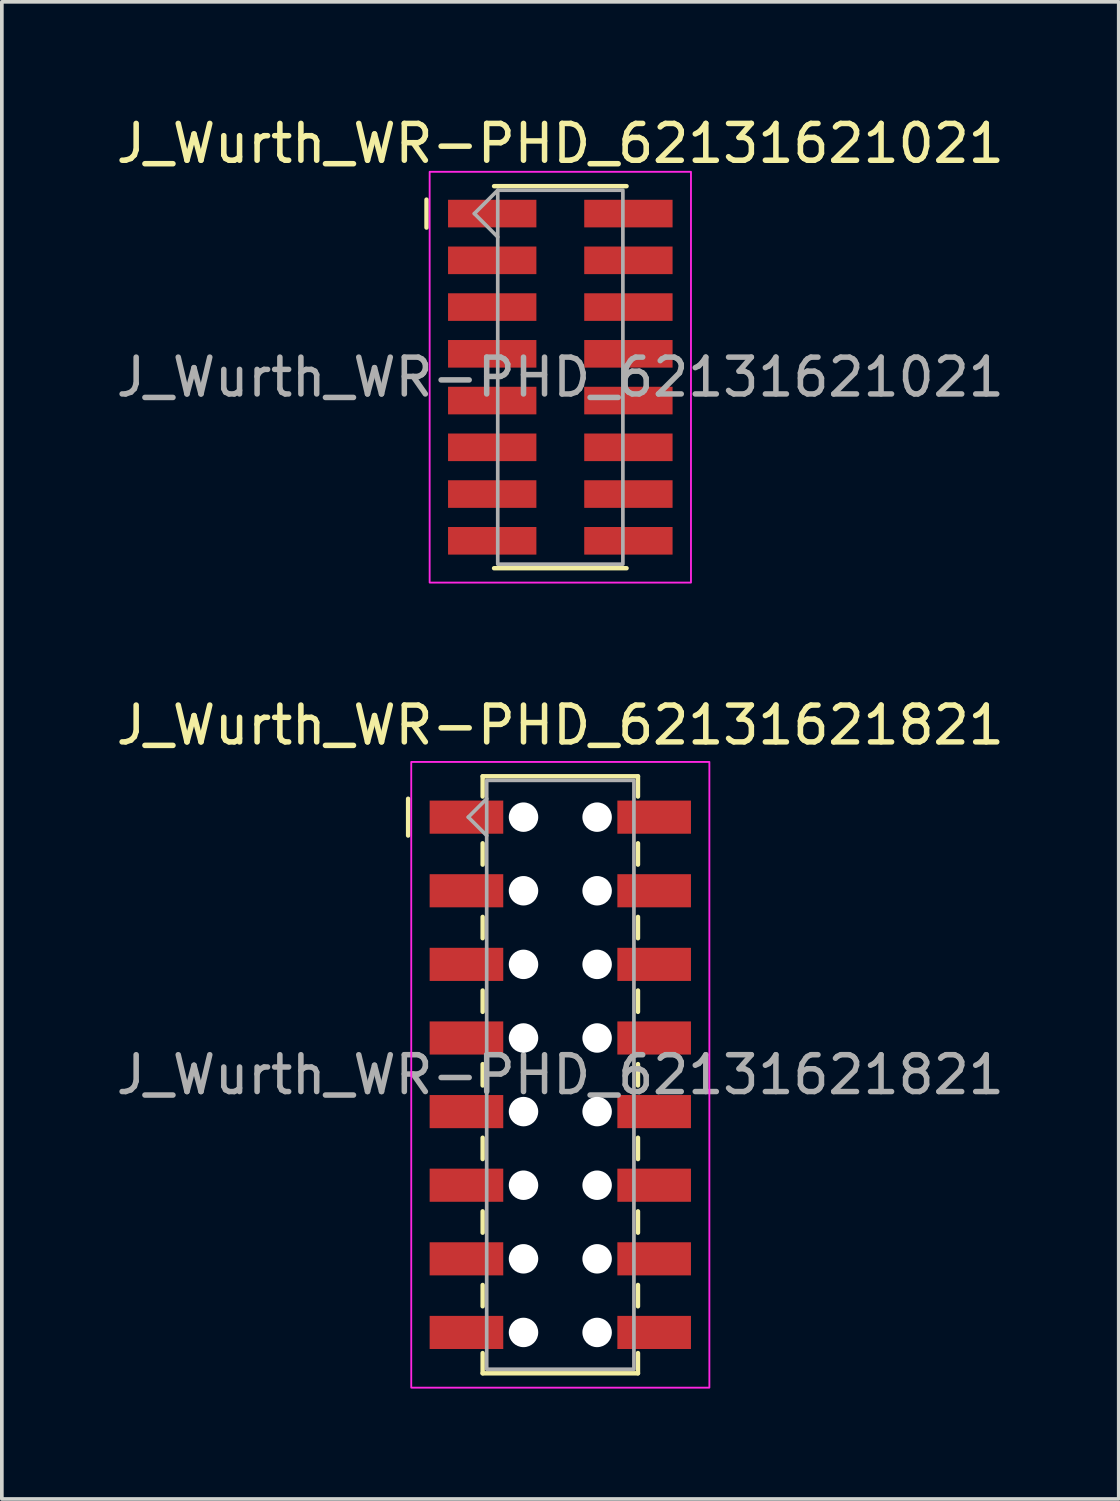
<source format=kicad_pcb>
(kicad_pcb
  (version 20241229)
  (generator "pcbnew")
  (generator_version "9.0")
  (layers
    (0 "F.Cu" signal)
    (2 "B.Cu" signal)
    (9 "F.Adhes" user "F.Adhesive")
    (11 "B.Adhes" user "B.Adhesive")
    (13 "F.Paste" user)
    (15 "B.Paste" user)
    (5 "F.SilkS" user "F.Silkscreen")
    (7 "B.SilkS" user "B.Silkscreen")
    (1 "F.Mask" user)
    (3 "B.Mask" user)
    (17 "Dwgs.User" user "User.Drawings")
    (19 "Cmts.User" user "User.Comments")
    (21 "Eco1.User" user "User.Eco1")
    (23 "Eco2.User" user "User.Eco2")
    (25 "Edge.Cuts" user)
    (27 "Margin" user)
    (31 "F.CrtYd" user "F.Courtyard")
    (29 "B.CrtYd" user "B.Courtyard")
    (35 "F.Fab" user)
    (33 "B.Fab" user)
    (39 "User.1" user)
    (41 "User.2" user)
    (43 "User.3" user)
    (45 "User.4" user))
  (footprint "J_Wurth_WR-PHD_62131621821"
    (layer "F.Cu")
    (at 12.173 26.151)
    (property "Reference" "J_Wurth_WR-PHD_62131621821" (at 0 -9.5 0) (unlocked yes) (layer "F.SilkS") (effects (font (size 1 1) (thickness 0.15))))
    (attr smd)
    (fp_line (start -4.135 -7.5) (end -4.135 -6.5) (stroke (width 0.12) (type solid)) (layer "F.SilkS"))
    (fp_line (start -2.11 -8.11) (end -2.11 -7.56) (stroke (width 0.12) (type solid)) (layer "F.SilkS"))
    (fp_line (start -2.11 -6.29) (end -2.11 -5.71) (stroke (width 0.12) (type solid)) (layer "F.SilkS"))
    (fp_line (start -2.11 -4.29) (end -2.11 -3.71) (stroke (width 0.12) (type solid)) (layer "F.SilkS"))
    (fp_line (start -2.11 -2.29) (end -2.11 -1.71) (stroke (width 0.12) (type solid)) (layer "F.SilkS"))
    (fp_line (start -2.11 -0.29) (end -2.11 0.29) (stroke (width 0.12) (type solid)) (layer "F.SilkS"))
    (fp_line (start -2.11 1.71) (end -2.11 2.29) (stroke (width 0.12) (type solid)) (layer "F.SilkS"))
    (fp_line (start -2.11 3.71) (end -2.11 4.29) (stroke (width 0.12) (type solid)) (layer "F.SilkS"))
    (fp_line (start -2.11 5.71) (end -2.11 6.29) (stroke (width 0.12) (type solid)) (layer "F.SilkS"))
    (fp_line (start -2.11 7.56) (end -2.11 8.11) (stroke (width 0.12) (type solid)) (layer "F.SilkS"))
    (fp_line (start -2.11 8.11) (end 2.11 8.11) (stroke (width 0.12) (type solid)) (layer "F.SilkS"))
    (fp_line (start 2.11 -8.11) (end -2.11 -8.11) (stroke (width 0.12) (type solid)) (layer "F.SilkS"))
    (fp_line (start 2.11 -8.11) (end 2.11 -7.56) (stroke (width 0.12) (type solid)) (layer "F.SilkS"))
    (fp_line (start 2.11 -6.29) (end 2.11 -5.71) (stroke (width 0.12) (type solid)) (layer "F.SilkS"))
    (fp_line (start 2.11 -4.29) (end 2.11 -3.71) (stroke (width 0.12) (type solid)) (layer "F.SilkS"))
    (fp_line (start 2.11 -2.29) (end 2.11 -1.71) (stroke (width 0.12) (type solid)) (layer "F.SilkS"))
    (fp_line (start 2.11 -0.29) (end 2.11 0.29) (stroke (width 0.12) (type solid)) (layer "F.SilkS"))
    (fp_line (start 2.11 1.71) (end 2.11 2.29) (stroke (width 0.12) (type solid)) (layer "F.SilkS"))
    (fp_line (start 2.11 3.71) (end 2.11 4.29) (stroke (width 0.12) (type solid)) (layer "F.SilkS"))
    (fp_line (start 2.11 5.71) (end 2.11 6.29) (stroke (width 0.12) (type solid)) (layer "F.SilkS"))
    (fp_line (start 2.11 7.56) (end 2.11 8.11) (stroke (width 0.12) (type solid)) (layer "F.SilkS"))
    (fp_rect (start -4.05 -8.5) (end 4.05 8.5) (stroke (width 0.05) (type solid)) (fill no) (layer "F.CrtYd"))
    (fp_line (start -2.5 -7) (end -2 -6.5) (stroke (width 0.1) (type default)) (layer "F.Fab"))
    (fp_line (start -2 -7.5) (end -2.5 -7) (stroke (width 0.1) (type default)) (layer "F.Fab"))
    (fp_rect (start -2 -8) (end 2 8) (stroke (width 0.1) (type solid)) (fill no) (layer "F.Fab"))
    (fp_text user "${REFERENCE}" (at 0 0 0) (unlocked yes) (layer "F.Fab") (effects (font (size 1 1) (thickness 0.15))))
    (pad "" np_thru_hole circle (at -1 -7 270) (size 0.8 0.8) (drill 0.8) (layers "*.Cu" "*.Mask"))
    (pad "" np_thru_hole circle (at -1 -5 270) (size 0.8 0.8) (drill 0.8) (layers "*.Cu" "*.Mask"))
    (pad "" np_thru_hole circle (at -1 -3 270) (size 0.8 0.8) (drill 0.8) (layers "*.Cu" "*.Mask"))
    (pad "" np_thru_hole circle (at -1 -1 270) (size 0.8 0.8) (drill 0.8) (layers "*.Cu" "*.Mask"))
    (pad "" np_thru_hole circle (at -1 1 270) (size 0.8 0.8) (drill 0.8) (layers "*.Cu" "*.Mask"))
    (pad "" np_thru_hole circle (at -1 3 270) (size 0.8 0.8) (drill 0.8) (layers "*.Cu" "*.Mask"))
    (pad "" np_thru_hole circle (at -1 5 270) (size 0.8 0.8) (drill 0.8) (layers "*.Cu" "*.Mask"))
    (pad "" np_thru_hole circle (at -1 7 270) (size 0.8 0.8) (drill 0.8) (layers "*.Cu" "*.Mask"))
    (pad "" np_thru_hole circle (at 1 -7 270) (size 0.8 0.8) (drill 0.8) (layers "*.Cu" "*.Mask"))
    (pad "" np_thru_hole circle (at 1 -5 270) (size 0.8 0.8) (drill 0.8) (layers "*.Cu" "*.Mask"))
    (pad "" np_thru_hole circle (at 1 -3 270) (size 0.8 0.8) (drill 0.8) (layers "*.Cu" "*.Mask"))
    (pad "" np_thru_hole circle (at 1 -1 270) (size 0.8 0.8) (drill 0.8) (layers "*.Cu" "*.Mask"))
    (pad "" np_thru_hole circle (at 1 1 270) (size 0.8 0.8) (drill 0.8) (layers "*.Cu" "*.Mask"))
    (pad "" np_thru_hole circle (at 1 3 270) (size 0.8 0.8) (drill 0.8) (layers "*.Cu" "*.Mask"))
    (pad "" np_thru_hole circle (at 1 5 270) (size 0.8 0.8) (drill 0.8) (layers "*.Cu" "*.Mask"))
    (pad "" np_thru_hole circle (at 1 7 270) (size 0.8 0.8) (drill 0.8) (layers "*.Cu" "*.Mask"))
    (pad "1" smd rect (at -2.55 -7 270) (size 0.9 2) (layers "F.Cu" "F.Mask" "F.Paste"))
    (pad "2" smd rect (at 2.55 -7 270) (size 0.9 2) (layers "F.Cu" "F.Mask" "F.Paste"))
    (pad "3" smd rect (at -2.55 -5 270) (size 0.9 2) (layers "F.Cu" "F.Mask" "F.Paste"))
    (pad "4" smd rect (at 2.55 -5 270) (size 0.9 2) (layers "F.Cu" "F.Mask" "F.Paste"))
    (pad "5" smd rect (at -2.55 -3 270) (size 0.9 2) (layers "F.Cu" "F.Mask" "F.Paste"))
    (pad "6" smd rect (at 2.55 -3 270) (size 0.9 2) (layers "F.Cu" "F.Mask" "F.Paste"))
    (pad "7" smd rect (at -2.55 -1 270) (size 0.9 2) (layers "F.Cu" "F.Mask" "F.Paste"))
    (pad "8" smd rect (at 2.55 -1 270) (size 0.9 2) (layers "F.Cu" "F.Mask" "F.Paste"))
    (pad "9" smd rect (at -2.55 1 270) (size 0.9 2) (layers "F.Cu" "F.Mask" "F.Paste"))
    (pad "10" smd rect (at 2.55 1 270) (size 0.9 2) (layers "F.Cu" "F.Mask" "F.Paste"))
    (pad "11" smd rect (at -2.55 3 270) (size 0.9 2) (layers "F.Cu" "F.Mask" "F.Paste"))
    (pad "12" smd rect (at 2.55 3 270) (size 0.9 2) (layers "F.Cu" "F.Mask" "F.Paste"))
    (pad "13" smd rect (at -2.55 5 270) (size 0.9 2) (layers "F.Cu" "F.Mask" "F.Paste"))
    (pad "14" smd rect (at 2.55 5 270) (size 0.9 2) (layers "F.Cu" "F.Mask" "F.Paste"))
    (pad "15" smd rect (at -2.55 7 270) (size 0.9 2) (layers "F.Cu" "F.Mask" "F.Paste"))
    (pad "16" smd rect (at 2.55 7 270) (size 0.9 2) (layers "F.Cu" "F.Mask" "F.Paste")))
  (footprint "J_Wurth_WR-PHD_62131621021"
    (layer "F.Cu")
    (at 12.173 7.198)
    (property "Reference" "J_Wurth_WR-PHD_62131621021" (at 0 -6.35 0) (unlocked yes) (layer "F.SilkS") (effects (font (size 1 1) (thickness 0.15))))
    (attr smd)
    (fp_line (start -3.635 -4.825) (end -3.635 -4.065) (stroke (width 0.12) (type solid)) (layer "F.SilkS"))
    (fp_line (start 1.8 -5.19) (end -1.8 -5.19) (stroke (width 0.12) (type solid)) (layer "F.SilkS"))
    (fp_line (start 1.8 5.19) (end -1.8 5.19) (stroke (width 0.12) (type solid)) (layer "F.SilkS"))
    (fp_rect (start -3.55 -5.58) (end 3.55 5.58) (stroke (width 0.05) (type solid)) (fill no) (layer "F.CrtYd"))
    (fp_line (start -2.335 -4.445) (end -1.7 -3.81) (stroke (width 0.1) (type default)) (layer "F.Fab"))
    (fp_line (start -1.7 -5.08) (end -2.335 -4.445) (stroke (width 0.1) (type default)) (layer "F.Fab"))
    (fp_rect (start -1.7 -5.08) (end 1.7 5.08) (stroke (width 0.1) (type solid)) (fill no) (layer "F.Fab"))
    (fp_text user "${REFERENCE}" (at 0 0 0) (unlocked yes) (layer "F.Fab") (effects (font (size 1 1) (thickness 0.15))))
    (pad "1" smd rect (at -1.85 -4.445 270) (size 0.75 2.4) (layers "F.Cu" "F.Mask" "F.Paste"))
    (pad "2" smd rect (at 1.85 -4.445 270) (size 0.75 2.4) (layers "F.Cu" "F.Mask" "F.Paste"))
    (pad "3" smd rect (at -1.85 -3.175 270) (size 0.75 2.4) (layers "F.Cu" "F.Mask" "F.Paste"))
    (pad "4" smd rect (at 1.85 -3.175 270) (size 0.75 2.4) (layers "F.Cu" "F.Mask" "F.Paste"))
    (pad "5" smd rect (at -1.85 -1.905 270) (size 0.75 2.4) (layers "F.Cu" "F.Mask" "F.Paste"))
    (pad "6" smd rect (at 1.85 -1.905 270) (size 0.75 2.4) (layers "F.Cu" "F.Mask" "F.Paste"))
    (pad "7" smd rect (at -1.85 -0.635 270) (size 0.75 2.4) (layers "F.Cu" "F.Mask" "F.Paste"))
    (pad "8" smd rect (at 1.85 -0.635 270) (size 0.75 2.4) (layers "F.Cu" "F.Mask" "F.Paste"))
    (pad "9" smd rect (at -1.85 0.635 270) (size 0.75 2.4) (layers "F.Cu" "F.Mask" "F.Paste"))
    (pad "10" smd rect (at 1.85 0.635 270) (size 0.75 2.4) (layers "F.Cu" "F.Mask" "F.Paste"))
    (pad "11" smd rect (at -1.85 1.905 270) (size 0.75 2.4) (layers "F.Cu" "F.Mask" "F.Paste"))
    (pad "12" smd rect (at 1.85 1.905 270) (size 0.75 2.4) (layers "F.Cu" "F.Mask" "F.Paste"))
    (pad "13" smd rect (at -1.85 3.175 270) (size 0.75 2.4) (layers "F.Cu" "F.Mask" "F.Paste"))
    (pad "14" smd rect (at 1.85 3.175 270) (size 0.75 2.4) (layers "F.Cu" "F.Mask" "F.Paste"))
    (pad "15" smd rect (at -1.85 4.445 270) (size 0.75 2.4) (layers "F.Cu" "F.Mask" "F.Paste"))
    (pad "16" smd rect (at 1.85 4.445 270) (size 0.75 2.4) (layers "F.Cu" "F.Mask" "F.Paste")))
  (gr_rect
    (start -3 -3)
    (end 27.345 37.676)
    (stroke (width 0.1) (type default))
    (fill no)
    (layer "Edge.Cuts")))
</source>
